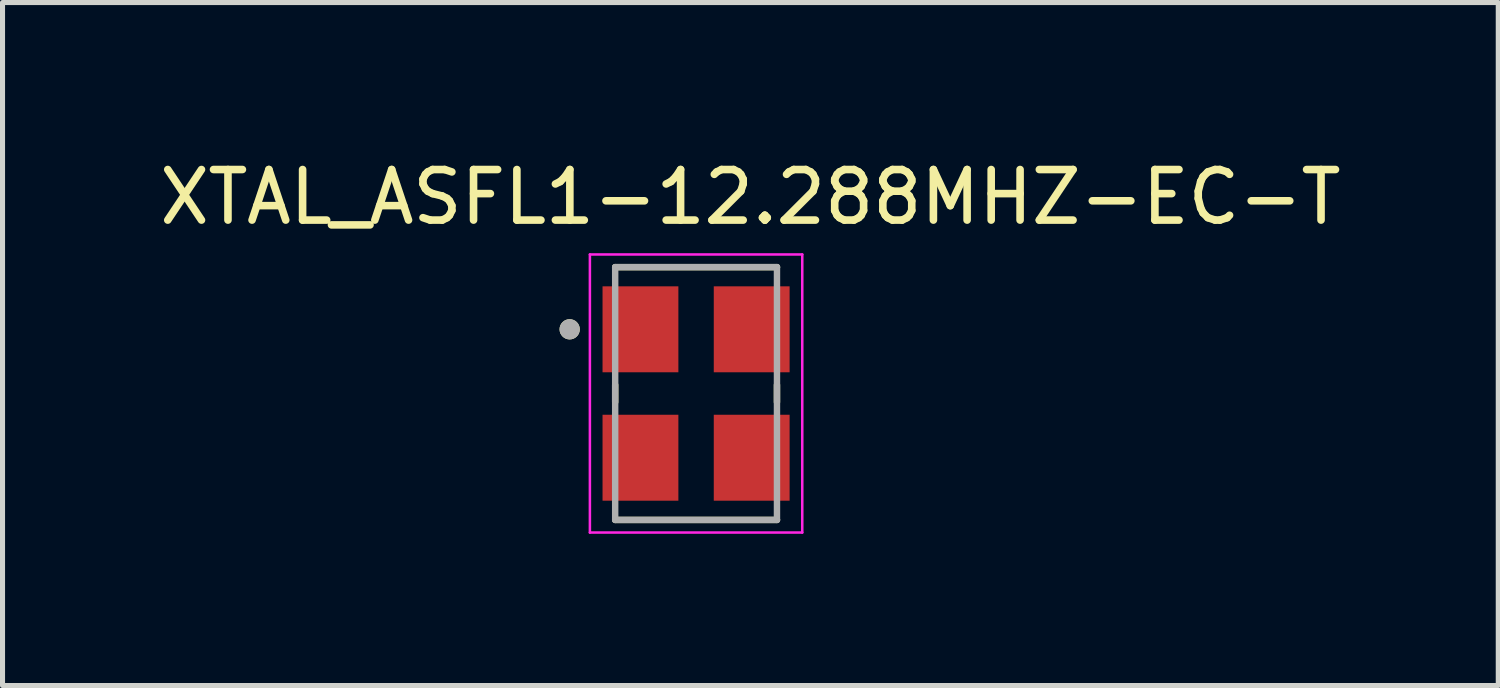
<source format=kicad_pcb>
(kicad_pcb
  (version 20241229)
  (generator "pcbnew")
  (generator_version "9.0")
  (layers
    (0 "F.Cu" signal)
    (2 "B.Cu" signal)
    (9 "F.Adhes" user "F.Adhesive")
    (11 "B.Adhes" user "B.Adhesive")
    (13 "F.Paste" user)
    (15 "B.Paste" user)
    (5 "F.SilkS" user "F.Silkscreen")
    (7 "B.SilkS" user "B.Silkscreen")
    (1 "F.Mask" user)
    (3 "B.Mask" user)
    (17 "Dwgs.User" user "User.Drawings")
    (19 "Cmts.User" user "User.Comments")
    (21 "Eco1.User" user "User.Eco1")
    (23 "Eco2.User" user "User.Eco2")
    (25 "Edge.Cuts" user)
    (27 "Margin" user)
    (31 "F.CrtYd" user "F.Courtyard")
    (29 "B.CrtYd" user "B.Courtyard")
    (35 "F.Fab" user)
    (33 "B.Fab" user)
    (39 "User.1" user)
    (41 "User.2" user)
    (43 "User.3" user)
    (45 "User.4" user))
  (footprint "XTAL_ASFL1-12.288MHZ-EC-T"
    (layer "F.Cu")
    (at 10.717 4.733)
    (property "Reference" "XTAL_ASFL1-12.288MHZ-EC-T" (at 1.075 -3.885 0) (layer "F.SilkS") (effects (font (size 1 1) (thickness 0.15))))
    (attr smd)
    (fp_line (start -1.6 -2.5) (end 1.6 -2.5) (stroke (width 0.127) (type solid)) (layer "F.SilkS"))
    (fp_line (start -1.6 -0.17) (end -1.6 0.17) (stroke (width 0.127) (type solid)) (layer "F.SilkS"))
    (fp_line (start -1.6 2.5) (end 1.6 2.5) (stroke (width 0.127) (type solid)) (layer "F.SilkS"))
    (fp_line (start 1.6 -0.17) (end 1.6 0.17) (stroke (width 0.127) (type solid)) (layer "F.SilkS"))
    (fp_circle (center -2.5 -1.27) (end -2.4 -1.27) (stroke (width 0.2) (type solid)) (fill no) (layer "F.SilkS"))
    (fp_line (start -2.1 -2.75) (end 2.1 -2.75) (stroke (width 0.05) (type solid)) (layer "F.CrtYd"))
    (fp_line (start -2.1 2.75) (end -2.1 -2.75) (stroke (width 0.05) (type solid)) (layer "F.CrtYd"))
    (fp_line (start 2.1 -2.75) (end 2.1 2.75) (stroke (width 0.05) (type solid)) (layer "F.CrtYd"))
    (fp_line (start 2.1 2.75) (end -2.1 2.75) (stroke (width 0.05) (type solid)) (layer "F.CrtYd"))
    (fp_line (start -1.6 -2.5) (end 1.6 -2.5) (stroke (width 0.127) (type solid)) (layer "F.Fab"))
    (fp_line (start -1.6 2.5) (end -1.6 -2.5) (stroke (width 0.127) (type solid)) (layer "F.Fab"))
    (fp_line (start 1.6 -2.5) (end 1.6 2.5) (stroke (width 0.127) (type solid)) (layer "F.Fab"))
    (fp_line (start 1.6 2.5) (end -1.6 2.5) (stroke (width 0.127) (type solid)) (layer "F.Fab"))
    (fp_circle (center -2.5 -1.27) (end -2.4 -1.27) (stroke (width 0.2) (type solid)) (fill no) (layer "F.Fab"))
    (pad "1" smd rect (at -1.1 -1.27) (size 1.5 1.7) (layers "F.Cu" "F.Mask" "F.Paste"))
    (pad "2" smd rect (at -1.1 1.27) (size 1.5 1.7) (layers "F.Cu" "F.Mask" "F.Paste"))
    (pad "3" smd rect (at 1.1 1.27) (size 1.5 1.7) (layers "F.Cu" "F.Mask" "F.Paste"))
    (pad "4" smd rect (at 1.1 -1.27) (size 1.5 1.7) (layers "F.Cu" "F.Mask" "F.Paste")))
  (gr_rect
    (start -3 -3)
    (end 26.583 10.508)
    (stroke (width 0.1) (type default))
    (fill no)
    (layer "Edge.Cuts")))
</source>
